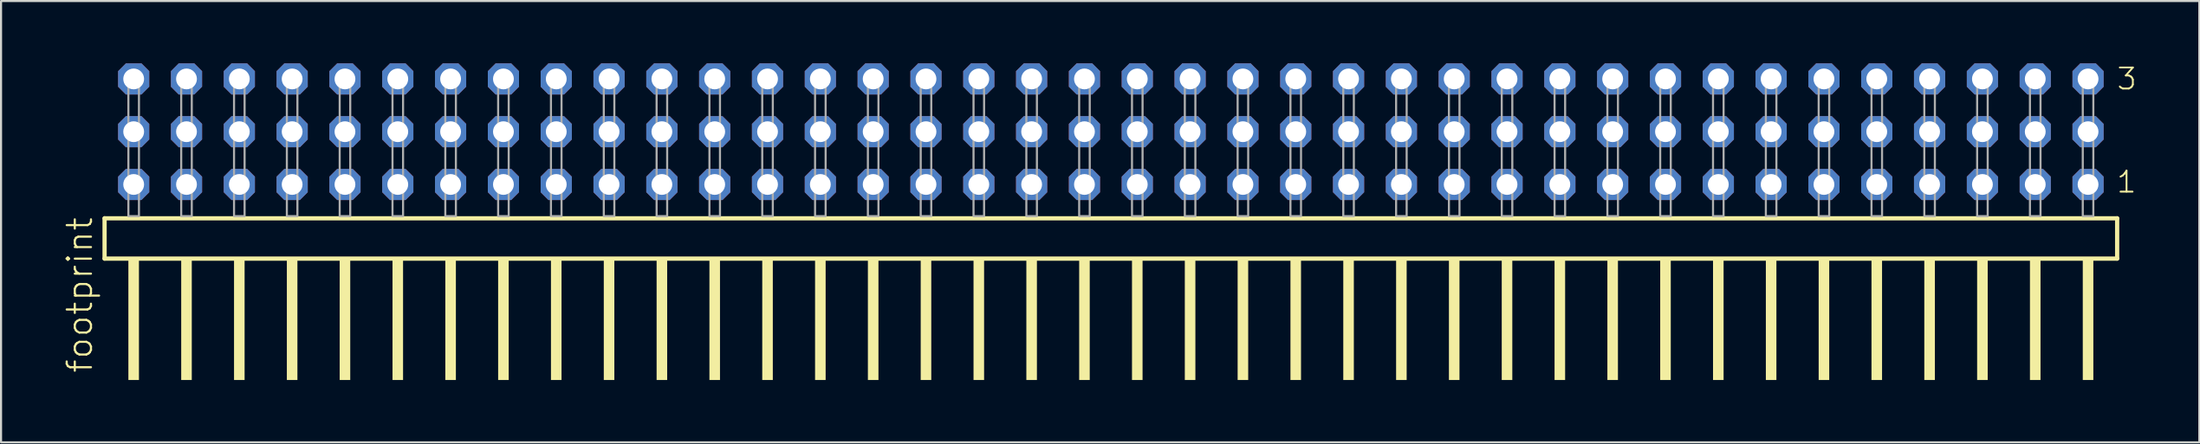
<source format=kicad_pcb>
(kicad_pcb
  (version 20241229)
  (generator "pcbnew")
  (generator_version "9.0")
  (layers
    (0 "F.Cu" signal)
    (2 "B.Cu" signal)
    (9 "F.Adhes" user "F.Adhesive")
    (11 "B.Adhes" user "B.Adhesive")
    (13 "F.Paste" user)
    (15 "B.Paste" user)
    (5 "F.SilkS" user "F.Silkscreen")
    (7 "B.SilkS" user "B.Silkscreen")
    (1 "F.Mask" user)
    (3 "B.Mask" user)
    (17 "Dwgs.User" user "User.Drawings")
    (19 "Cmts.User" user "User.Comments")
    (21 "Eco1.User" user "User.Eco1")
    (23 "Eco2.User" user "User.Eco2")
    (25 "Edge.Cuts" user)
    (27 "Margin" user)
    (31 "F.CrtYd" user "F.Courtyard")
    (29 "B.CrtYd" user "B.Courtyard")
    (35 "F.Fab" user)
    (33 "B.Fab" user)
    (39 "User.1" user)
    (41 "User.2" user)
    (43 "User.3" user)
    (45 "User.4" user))
  (footprint "footprint"
    (layer "F.Cu")
    (at 50.368 7.354)
    (property "Reference" "footprint" (at -48.895 7.62 90) (layer "F.SilkS") (effects (font (size 1.168 1.168) (thickness 0.102)) (justify left bottom)))
    (fp_line (start -48.389 0.106) (end -48.389 2.046) (stroke (width 0.203) (type solid)) (layer "F.SilkS"))
    (fp_line (start -48.389 2.046) (end 48.389 2.046) (stroke (width 0.203) (type solid)) (layer "F.SilkS"))
    (fp_line (start 48.389 0.106) (end -48.389 0.106) (stroke (width 0.203) (type solid)) (layer "F.SilkS"))
    (fp_line (start 48.389 2.046) (end 48.389 0.106) (stroke (width 0.203) (type solid)) (layer "F.SilkS"))
    (fp_poly (pts (xy -47.244 7.89) (xy -46.736 7.89) (xy -46.736 2.04) (xy -47.244 2.04)) (stroke (width 0) (type solid)) (fill yes) (layer "F.SilkS"))
    (fp_poly (pts (xy -44.704 7.89) (xy -44.196 7.89) (xy -44.196 2.04) (xy -44.704 2.04)) (stroke (width 0) (type solid)) (fill yes) (layer "F.SilkS"))
    (fp_poly (pts (xy -42.164 7.89) (xy -41.656 7.89) (xy -41.656 2.04) (xy -42.164 2.04)) (stroke (width 0) (type solid)) (fill yes) (layer "F.SilkS"))
    (fp_poly (pts (xy -39.624 7.89) (xy -39.116 7.89) (xy -39.116 2.04) (xy -39.624 2.04)) (stroke (width 0) (type solid)) (fill yes) (layer "F.SilkS"))
    (fp_poly (pts (xy -37.084 7.89) (xy -36.576 7.89) (xy -36.576 2.04) (xy -37.084 2.04)) (stroke (width 0) (type solid)) (fill yes) (layer "F.SilkS"))
    (fp_poly (pts (xy -34.544 7.89) (xy -34.036 7.89) (xy -34.036 2.04) (xy -34.544 2.04)) (stroke (width 0) (type solid)) (fill yes) (layer "F.SilkS"))
    (fp_poly (pts (xy -32.004 7.89) (xy -31.496 7.89) (xy -31.496 2.04) (xy -32.004 2.04)) (stroke (width 0) (type solid)) (fill yes) (layer "F.SilkS"))
    (fp_poly (pts (xy -29.464 7.89) (xy -28.956 7.89) (xy -28.956 2.04) (xy -29.464 2.04)) (stroke (width 0) (type solid)) (fill yes) (layer "F.SilkS"))
    (fp_poly (pts (xy -26.924 7.89) (xy -26.416 7.89) (xy -26.416 2.04) (xy -26.924 2.04)) (stroke (width 0) (type solid)) (fill yes) (layer "F.SilkS"))
    (fp_poly (pts (xy -24.384 7.89) (xy -23.876 7.89) (xy -23.876 2.04) (xy -24.384 2.04)) (stroke (width 0) (type solid)) (fill yes) (layer "F.SilkS"))
    (fp_poly (pts (xy -21.844 7.89) (xy -21.336 7.89) (xy -21.336 2.04) (xy -21.844 2.04)) (stroke (width 0) (type solid)) (fill yes) (layer "F.SilkS"))
    (fp_poly (pts (xy -19.304 7.89) (xy -18.796 7.89) (xy -18.796 2.04) (xy -19.304 2.04)) (stroke (width 0) (type solid)) (fill yes) (layer "F.SilkS"))
    (fp_poly (pts (xy -16.764 7.89) (xy -16.256 7.89) (xy -16.256 2.04) (xy -16.764 2.04)) (stroke (width 0) (type solid)) (fill yes) (layer "F.SilkS"))
    (fp_poly (pts (xy -14.224 7.89) (xy -13.716 7.89) (xy -13.716 2.04) (xy -14.224 2.04)) (stroke (width 0) (type solid)) (fill yes) (layer "F.SilkS"))
    (fp_poly (pts (xy -11.684 7.89) (xy -11.176 7.89) (xy -11.176 2.04) (xy -11.684 2.04)) (stroke (width 0) (type solid)) (fill yes) (layer "F.SilkS"))
    (fp_poly (pts (xy -9.144 7.89) (xy -8.636 7.89) (xy -8.636 2.04) (xy -9.144 2.04)) (stroke (width 0) (type solid)) (fill yes) (layer "F.SilkS"))
    (fp_poly (pts (xy -6.604 7.89) (xy -6.096 7.89) (xy -6.096 2.04) (xy -6.604 2.04)) (stroke (width 0) (type solid)) (fill yes) (layer "F.SilkS"))
    (fp_poly (pts (xy -4.064 7.89) (xy -3.556 7.89) (xy -3.556 2.04) (xy -4.064 2.04)) (stroke (width 0) (type solid)) (fill yes) (layer "F.SilkS"))
    (fp_poly (pts (xy -1.524 7.89) (xy -1.016 7.89) (xy -1.016 2.04) (xy -1.524 2.04)) (stroke (width 0) (type solid)) (fill yes) (layer "F.SilkS"))
    (fp_poly (pts (xy 1.016 7.89) (xy 1.524 7.89) (xy 1.524 2.04) (xy 1.016 2.04)) (stroke (width 0) (type solid)) (fill yes) (layer "F.SilkS"))
    (fp_poly (pts (xy 3.556 7.89) (xy 4.064 7.89) (xy 4.064 2.04) (xy 3.556 2.04)) (stroke (width 0) (type solid)) (fill yes) (layer "F.SilkS"))
    (fp_poly (pts (xy 6.096 7.89) (xy 6.604 7.89) (xy 6.604 2.04) (xy 6.096 2.04)) (stroke (width 0) (type solid)) (fill yes) (layer "F.SilkS"))
    (fp_poly (pts (xy 8.636 7.89) (xy 9.144 7.89) (xy 9.144 2.04) (xy 8.636 2.04)) (stroke (width 0) (type solid)) (fill yes) (layer "F.SilkS"))
    (fp_poly (pts (xy 11.176 7.89) (xy 11.684 7.89) (xy 11.684 2.04) (xy 11.176 2.04)) (stroke (width 0) (type solid)) (fill yes) (layer "F.SilkS"))
    (fp_poly (pts (xy 13.716 7.89) (xy 14.224 7.89) (xy 14.224 2.04) (xy 13.716 2.04)) (stroke (width 0) (type solid)) (fill yes) (layer "F.SilkS"))
    (fp_poly (pts (xy 16.256 7.89) (xy 16.764 7.89) (xy 16.764 2.04) (xy 16.256 2.04)) (stroke (width 0) (type solid)) (fill yes) (layer "F.SilkS"))
    (fp_poly (pts (xy 18.796 7.89) (xy 19.304 7.89) (xy 19.304 2.04) (xy 18.796 2.04)) (stroke (width 0) (type solid)) (fill yes) (layer "F.SilkS"))
    (fp_poly (pts (xy 21.336 7.89) (xy 21.844 7.89) (xy 21.844 2.04) (xy 21.336 2.04)) (stroke (width 0) (type solid)) (fill yes) (layer "F.SilkS"))
    (fp_poly (pts (xy 23.876 7.89) (xy 24.384 7.89) (xy 24.384 2.04) (xy 23.876 2.04)) (stroke (width 0) (type solid)) (fill yes) (layer "F.SilkS"))
    (fp_poly (pts (xy 26.416 7.89) (xy 26.924 7.89) (xy 26.924 2.04) (xy 26.416 2.04)) (stroke (width 0) (type solid)) (fill yes) (layer "F.SilkS"))
    (fp_poly (pts (xy 28.956 7.89) (xy 29.464 7.89) (xy 29.464 2.04) (xy 28.956 2.04)) (stroke (width 0) (type solid)) (fill yes) (layer "F.SilkS"))
    (fp_poly (pts (xy 31.496 7.89) (xy 32.004 7.89) (xy 32.004 2.04) (xy 31.496 2.04)) (stroke (width 0) (type solid)) (fill yes) (layer "F.SilkS"))
    (fp_poly (pts (xy 34.036 7.89) (xy 34.544 7.89) (xy 34.544 2.04) (xy 34.036 2.04)) (stroke (width 0) (type solid)) (fill yes) (layer "F.SilkS"))
    (fp_poly (pts (xy 36.576 7.89) (xy 37.084 7.89) (xy 37.084 2.04) (xy 36.576 2.04)) (stroke (width 0) (type solid)) (fill yes) (layer "F.SilkS"))
    (fp_poly (pts (xy 39.116 7.89) (xy 39.624 7.89) (xy 39.624 2.04) (xy 39.116 2.04)) (stroke (width 0) (type solid)) (fill yes) (layer "F.SilkS"))
    (fp_poly (pts (xy 41.656 7.89) (xy 42.164 7.89) (xy 42.164 2.04) (xy 41.656 2.04)) (stroke (width 0) (type solid)) (fill yes) (layer "F.SilkS"))
    (fp_poly (pts (xy 44.196 7.89) (xy 44.704 7.89) (xy 44.704 2.04) (xy 44.196 2.04)) (stroke (width 0) (type solid)) (fill yes) (layer "F.SilkS"))
    (fp_poly (pts (xy 46.736 7.89) (xy 47.244 7.89) (xy 47.244 2.04) (xy 46.736 2.04)) (stroke (width 0) (type solid)) (fill yes) (layer "F.SilkS"))
    (fp_poly (pts (xy -47.244 0) (xy -46.736 0) (xy -46.736 -6.858) (xy -47.244 -6.858)) (stroke (width 0.1) (type solid)) (fill no) (layer "F.Fab"))
    (fp_poly (pts (xy -44.704 0) (xy -44.196 0) (xy -44.196 -6.858) (xy -44.704 -6.858)) (stroke (width 0.1) (type solid)) (fill no) (layer "F.Fab"))
    (fp_poly (pts (xy -42.164 0) (xy -41.656 0) (xy -41.656 -6.858) (xy -42.164 -6.858)) (stroke (width 0.1) (type solid)) (fill no) (layer "F.Fab"))
    (fp_poly (pts (xy -39.624 0) (xy -39.116 0) (xy -39.116 -6.858) (xy -39.624 -6.858)) (stroke (width 0.1) (type solid)) (fill no) (layer "F.Fab"))
    (fp_poly (pts (xy -37.084 0) (xy -36.576 0) (xy -36.576 -6.858) (xy -37.084 -6.858)) (stroke (width 0.1) (type solid)) (fill no) (layer "F.Fab"))
    (fp_poly (pts (xy -34.544 0) (xy -34.036 0) (xy -34.036 -6.858) (xy -34.544 -6.858)) (stroke (width 0.1) (type solid)) (fill no) (layer "F.Fab"))
    (fp_poly (pts (xy -32.004 0) (xy -31.496 0) (xy -31.496 -6.858) (xy -32.004 -6.858)) (stroke (width 0.1) (type solid)) (fill no) (layer "F.Fab"))
    (fp_poly (pts (xy -29.464 0) (xy -28.956 0) (xy -28.956 -6.858) (xy -29.464 -6.858)) (stroke (width 0.1) (type solid)) (fill no) (layer "F.Fab"))
    (fp_poly (pts (xy -26.924 0) (xy -26.416 0) (xy -26.416 -6.858) (xy -26.924 -6.858)) (stroke (width 0.1) (type solid)) (fill no) (layer "F.Fab"))
    (fp_poly (pts (xy -24.384 0) (xy -23.876 0) (xy -23.876 -6.858) (xy -24.384 -6.858)) (stroke (width 0.1) (type solid)) (fill no) (layer "F.Fab"))
    (fp_poly (pts (xy -21.844 0) (xy -21.336 0) (xy -21.336 -6.858) (xy -21.844 -6.858)) (stroke (width 0.1) (type solid)) (fill no) (layer "F.Fab"))
    (fp_poly (pts (xy -19.304 0) (xy -18.796 0) (xy -18.796 -6.858) (xy -19.304 -6.858)) (stroke (width 0.1) (type solid)) (fill no) (layer "F.Fab"))
    (fp_poly (pts (xy -16.764 0) (xy -16.256 0) (xy -16.256 -6.858) (xy -16.764 -6.858)) (stroke (width 0.1) (type solid)) (fill no) (layer "F.Fab"))
    (fp_poly (pts (xy -14.224 0) (xy -13.716 0) (xy -13.716 -6.858) (xy -14.224 -6.858)) (stroke (width 0.1) (type solid)) (fill no) (layer "F.Fab"))
    (fp_poly (pts (xy -11.684 0) (xy -11.176 0) (xy -11.176 -6.858) (xy -11.684 -6.858)) (stroke (width 0.1) (type solid)) (fill no) (layer "F.Fab"))
    (fp_poly (pts (xy -9.144 0) (xy -8.636 0) (xy -8.636 -6.858) (xy -9.144 -6.858)) (stroke (width 0.1) (type solid)) (fill no) (layer "F.Fab"))
    (fp_poly (pts (xy -6.604 0) (xy -6.096 0) (xy -6.096 -6.858) (xy -6.604 -6.858)) (stroke (width 0.1) (type solid)) (fill no) (layer "F.Fab"))
    (fp_poly (pts (xy -4.064 0) (xy -3.556 0) (xy -3.556 -6.858) (xy -4.064 -6.858)) (stroke (width 0.1) (type solid)) (fill no) (layer "F.Fab"))
    (fp_poly (pts (xy -1.524 0) (xy -1.016 0) (xy -1.016 -6.858) (xy -1.524 -6.858)) (stroke (width 0.1) (type solid)) (fill no) (layer "F.Fab"))
    (fp_poly (pts (xy 1.016 0) (xy 1.524 0) (xy 1.524 -6.858) (xy 1.016 -6.858)) (stroke (width 0.1) (type solid)) (fill no) (layer "F.Fab"))
    (fp_poly (pts (xy 3.556 0) (xy 4.064 0) (xy 4.064 -6.858) (xy 3.556 -6.858)) (stroke (width 0.1) (type solid)) (fill no) (layer "F.Fab"))
    (fp_poly (pts (xy 6.096 0) (xy 6.604 0) (xy 6.604 -6.858) (xy 6.096 -6.858)) (stroke (width 0.1) (type solid)) (fill no) (layer "F.Fab"))
    (fp_poly (pts (xy 8.636 0) (xy 9.144 0) (xy 9.144 -6.858) (xy 8.636 -6.858)) (stroke (width 0.1) (type solid)) (fill no) (layer "F.Fab"))
    (fp_poly (pts (xy 11.176 0) (xy 11.684 0) (xy 11.684 -6.858) (xy 11.176 -6.858)) (stroke (width 0.1) (type solid)) (fill no) (layer "F.Fab"))
    (fp_poly (pts (xy 13.716 0) (xy 14.224 0) (xy 14.224 -6.858) (xy 13.716 -6.858)) (stroke (width 0.1) (type solid)) (fill no) (layer "F.Fab"))
    (fp_poly (pts (xy 16.256 0) (xy 16.764 0) (xy 16.764 -6.858) (xy 16.256 -6.858)) (stroke (width 0.1) (type solid)) (fill no) (layer "F.Fab"))
    (fp_poly (pts (xy 18.796 0) (xy 19.304 0) (xy 19.304 -6.858) (xy 18.796 -6.858)) (stroke (width 0.1) (type solid)) (fill no) (layer "F.Fab"))
    (fp_poly (pts (xy 21.336 0) (xy 21.844 0) (xy 21.844 -6.858) (xy 21.336 -6.858)) (stroke (width 0.1) (type solid)) (fill no) (layer "F.Fab"))
    (fp_poly (pts (xy 23.876 0) (xy 24.384 0) (xy 24.384 -6.858) (xy 23.876 -6.858)) (stroke (width 0.1) (type solid)) (fill no) (layer "F.Fab"))
    (fp_poly (pts (xy 26.416 0) (xy 26.924 0) (xy 26.924 -6.858) (xy 26.416 -6.858)) (stroke (width 0.1) (type solid)) (fill no) (layer "F.Fab"))
    (fp_poly (pts (xy 28.956 0) (xy 29.464 0) (xy 29.464 -6.858) (xy 28.956 -6.858)) (stroke (width 0.1) (type solid)) (fill no) (layer "F.Fab"))
    (fp_poly (pts (xy 31.496 0) (xy 32.004 0) (xy 32.004 -6.858) (xy 31.496 -6.858)) (stroke (width 0.1) (type solid)) (fill no) (layer "F.Fab"))
    (fp_poly (pts (xy 34.036 0) (xy 34.544 0) (xy 34.544 -6.858) (xy 34.036 -6.858)) (stroke (width 0.1) (type solid)) (fill no) (layer "F.Fab"))
    (fp_poly (pts (xy 36.576 0) (xy 37.084 0) (xy 37.084 -6.858) (xy 36.576 -6.858)) (stroke (width 0.1) (type solid)) (fill no) (layer "F.Fab"))
    (fp_poly (pts (xy 39.116 0) (xy 39.624 0) (xy 39.624 -6.858) (xy 39.116 -6.858)) (stroke (width 0.1) (type solid)) (fill no) (layer "F.Fab"))
    (fp_poly (pts (xy 41.656 0) (xy 42.164 0) (xy 42.164 -6.858) (xy 41.656 -6.858)) (stroke (width 0.1) (type solid)) (fill no) (layer "F.Fab"))
    (fp_poly (pts (xy 44.196 0) (xy 44.704 0) (xy 44.704 -6.858) (xy 44.196 -6.858)) (stroke (width 0.1) (type solid)) (fill no) (layer "F.Fab"))
    (fp_poly (pts (xy 46.736 0) (xy 47.244 0) (xy 47.244 -6.858) (xy 46.736 -6.858)) (stroke (width 0.1) (type solid)) (fill no) (layer "F.Fab"))
    (fp_text user "3" (at 48.315 -6.015 0) (layer "F.SilkS") (effects (font (size 1.012 1.012) (thickness 0.088)) (justify left bottom)))
    (fp_text user "1" (at 48.3 -1.05 0) (layer "F.SilkS") (effects (font (size 1.012 1.012) (thickness 0.088)) (justify left bottom)))
    (pad "1" thru_hole roundrect (at 46.99 -1.524 180) (size 1.5 1.5) (drill 1) (layers "*.Cu" "*.Mask") (roundrect_rratio 0.25) (chamfer_ratio 0.25) (chamfer top_left top_right bottom_left bottom_right))
    (pad "2" thru_hole roundrect (at 46.99 -4.064 180) (size 1.5 1.5) (drill 1) (layers "*.Cu" "*.Mask") (roundrect_rratio 0.25) (chamfer_ratio 0.25) (chamfer top_left top_right bottom_left bottom_right))
    (pad "3" thru_hole roundrect (at 46.99 -6.604 180) (size 1.5 1.5) (drill 1) (layers "*.Cu" "*.Mask") (roundrect_rratio 0.25) (chamfer_ratio 0.25) (chamfer top_left top_right bottom_left bottom_right))
    (pad "4" thru_hole roundrect (at 44.45 -1.524 180) (size 1.5 1.5) (drill 1) (layers "*.Cu" "*.Mask") (roundrect_rratio 0.25) (chamfer_ratio 0.25) (chamfer top_left top_right bottom_left bottom_right))
    (pad "5" thru_hole roundrect (at 44.45 -4.064 180) (size 1.5 1.5) (drill 1) (layers "*.Cu" "*.Mask") (roundrect_rratio 0.25) (chamfer_ratio 0.25) (chamfer top_left top_right bottom_left bottom_right))
    (pad "6" thru_hole roundrect (at 44.45 -6.604 180) (size 1.5 1.5) (drill 1) (layers "*.Cu" "*.Mask") (roundrect_rratio 0.25) (chamfer_ratio 0.25) (chamfer top_left top_right bottom_left bottom_right))
    (pad "7" thru_hole roundrect (at 41.91 -1.524 180) (size 1.5 1.5) (drill 1) (layers "*.Cu" "*.Mask") (roundrect_rratio 0.25) (chamfer_ratio 0.25) (chamfer top_left top_right bottom_left bottom_right))
    (pad "8" thru_hole roundrect (at 41.91 -4.064 180) (size 1.5 1.5) (drill 1) (layers "*.Cu" "*.Mask") (roundrect_rratio 0.25) (chamfer_ratio 0.25) (chamfer top_left top_right bottom_left bottom_right))
    (pad "9" thru_hole roundrect (at 41.91 -6.604 180) (size 1.5 1.5) (drill 1) (layers "*.Cu" "*.Mask") (roundrect_rratio 0.25) (chamfer_ratio 0.25) (chamfer top_left top_right bottom_left bottom_right))
    (pad "10" thru_hole roundrect (at 39.37 -1.524 180) (size 1.5 1.5) (drill 1) (layers "*.Cu" "*.Mask") (roundrect_rratio 0.25) (chamfer_ratio 0.25) (chamfer top_left top_right bottom_left bottom_right))
    (pad "11" thru_hole roundrect (at 39.37 -4.064 180) (size 1.5 1.5) (drill 1) (layers "*.Cu" "*.Mask") (roundrect_rratio 0.25) (chamfer_ratio 0.25) (chamfer top_left top_right bottom_left bottom_right))
    (pad "12" thru_hole roundrect (at 39.37 -6.604 180) (size 1.5 1.5) (drill 1) (layers "*.Cu" "*.Mask") (roundrect_rratio 0.25) (chamfer_ratio 0.25) (chamfer top_left top_right bottom_left bottom_right))
    (pad "13" thru_hole roundrect (at 36.83 -1.524 180) (size 1.5 1.5) (drill 1) (layers "*.Cu" "*.Mask") (roundrect_rratio 0.25) (chamfer_ratio 0.25) (chamfer top_left top_right bottom_left bottom_right))
    (pad "14" thru_hole roundrect (at 36.83 -4.064 180) (size 1.5 1.5) (drill 1) (layers "*.Cu" "*.Mask") (roundrect_rratio 0.25) (chamfer_ratio 0.25) (chamfer top_left top_right bottom_left bottom_right))
    (pad "15" thru_hole roundrect (at 36.83 -6.604 180) (size 1.5 1.5) (drill 1) (layers "*.Cu" "*.Mask") (roundrect_rratio 0.25) (chamfer_ratio 0.25) (chamfer top_left top_right bottom_left bottom_right))
    (pad "16" thru_hole roundrect (at 34.29 -1.524 180) (size 1.5 1.5) (drill 1) (layers "*.Cu" "*.Mask") (roundrect_rratio 0.25) (chamfer_ratio 0.25) (chamfer top_left top_right bottom_left bottom_right))
    (pad "17" thru_hole roundrect (at 34.29 -4.064 180) (size 1.5 1.5) (drill 1) (layers "*.Cu" "*.Mask") (roundrect_rratio 0.25) (chamfer_ratio 0.25) (chamfer top_left top_right bottom_left bottom_right))
    (pad "18" thru_hole roundrect (at 34.29 -6.604 180) (size 1.5 1.5) (drill 1) (layers "*.Cu" "*.Mask") (roundrect_rratio 0.25) (chamfer_ratio 0.25) (chamfer top_left top_right bottom_left bottom_right))
    (pad "19" thru_hole roundrect (at 31.75 -1.524 180) (size 1.5 1.5) (drill 1) (layers "*.Cu" "*.Mask") (roundrect_rratio 0.25) (chamfer_ratio 0.25) (chamfer top_left top_right bottom_left bottom_right))
    (pad "20" thru_hole roundrect (at 31.75 -4.064 180) (size 1.5 1.5) (drill 1) (layers "*.Cu" "*.Mask") (roundrect_rratio 0.25) (chamfer_ratio 0.25) (chamfer top_left top_right bottom_left bottom_right))
    (pad "21" thru_hole roundrect (at 31.75 -6.604 180) (size 1.5 1.5) (drill 1) (layers "*.Cu" "*.Mask") (roundrect_rratio 0.25) (chamfer_ratio 0.25) (chamfer top_left top_right bottom_left bottom_right))
    (pad "22" thru_hole roundrect (at 29.21 -1.524 180) (size 1.5 1.5) (drill 1) (layers "*.Cu" "*.Mask") (roundrect_rratio 0.25) (chamfer_ratio 0.25) (chamfer top_left top_right bottom_left bottom_right))
    (pad "23" thru_hole roundrect (at 29.21 -4.064 180) (size 1.5 1.5) (drill 1) (layers "*.Cu" "*.Mask") (roundrect_rratio 0.25) (chamfer_ratio 0.25) (chamfer top_left top_right bottom_left bottom_right))
    (pad "24" thru_hole roundrect (at 29.21 -6.604 180) (size 1.5 1.5) (drill 1) (layers "*.Cu" "*.Mask") (roundrect_rratio 0.25) (chamfer_ratio 0.25) (chamfer top_left top_right bottom_left bottom_right))
    (pad "25" thru_hole roundrect (at 26.67 -1.524 180) (size 1.5 1.5) (drill 1) (layers "*.Cu" "*.Mask") (roundrect_rratio 0.25) (chamfer_ratio 0.25) (chamfer top_left top_right bottom_left bottom_right))
    (pad "26" thru_hole roundrect (at 26.67 -4.064 180) (size 1.5 1.5) (drill 1) (layers "*.Cu" "*.Mask") (roundrect_rratio 0.25) (chamfer_ratio 0.25) (chamfer top_left top_right bottom_left bottom_right))
    (pad "27" thru_hole roundrect (at 26.67 -6.604 180) (size 1.5 1.5) (drill 1) (layers "*.Cu" "*.Mask") (roundrect_rratio 0.25) (chamfer_ratio 0.25) (chamfer top_left top_right bottom_left bottom_right))
    (pad "28" thru_hole roundrect (at 24.13 -1.524 180) (size 1.5 1.5) (drill 1) (layers "*.Cu" "*.Mask") (roundrect_rratio 0.25) (chamfer_ratio 0.25) (chamfer top_left top_right bottom_left bottom_right))
    (pad "29" thru_hole roundrect (at 24.13 -4.064 180) (size 1.5 1.5) (drill 1) (layers "*.Cu" "*.Mask") (roundrect_rratio 0.25) (chamfer_ratio 0.25) (chamfer top_left top_right bottom_left bottom_right))
    (pad "30" thru_hole roundrect (at 24.13 -6.604 180) (size 1.5 1.5) (drill 1) (layers "*.Cu" "*.Mask") (roundrect_rratio 0.25) (chamfer_ratio 0.25) (chamfer top_left top_right bottom_left bottom_right))
    (pad "31" thru_hole roundrect (at 21.59 -1.524 180) (size 1.5 1.5) (drill 1) (layers "*.Cu" "*.Mask") (roundrect_rratio 0.25) (chamfer_ratio 0.25) (chamfer top_left top_right bottom_left bottom_right))
    (pad "32" thru_hole roundrect (at 21.59 -4.064 180) (size 1.5 1.5) (drill 1) (layers "*.Cu" "*.Mask") (roundrect_rratio 0.25) (chamfer_ratio 0.25) (chamfer top_left top_right bottom_left bottom_right))
    (pad "33" thru_hole roundrect (at 21.59 -6.604 180) (size 1.5 1.5) (drill 1) (layers "*.Cu" "*.Mask") (roundrect_rratio 0.25) (chamfer_ratio 0.25) (chamfer top_left top_right bottom_left bottom_right))
    (pad "34" thru_hole roundrect (at 19.05 -1.524 180) (size 1.5 1.5) (drill 1) (layers "*.Cu" "*.Mask") (roundrect_rratio 0.25) (chamfer_ratio 0.25) (chamfer top_left top_right bottom_left bottom_right))
    (pad "35" thru_hole roundrect (at 19.05 -4.064 180) (size 1.5 1.5) (drill 1) (layers "*.Cu" "*.Mask") (roundrect_rratio 0.25) (chamfer_ratio 0.25) (chamfer top_left top_right bottom_left bottom_right))
    (pad "36" thru_hole roundrect (at 19.05 -6.604 180) (size 1.5 1.5) (drill 1) (layers "*.Cu" "*.Mask") (roundrect_rratio 0.25) (chamfer_ratio 0.25) (chamfer top_left top_right bottom_left bottom_right))
    (pad "37" thru_hole roundrect (at 16.51 -1.524 180) (size 1.5 1.5) (drill 1) (layers "*.Cu" "*.Mask") (roundrect_rratio 0.25) (chamfer_ratio 0.25) (chamfer top_left top_right bottom_left bottom_right))
    (pad "38" thru_hole roundrect (at 16.51 -4.064 180) (size 1.5 1.5) (drill 1) (layers "*.Cu" "*.Mask") (roundrect_rratio 0.25) (chamfer_ratio 0.25) (chamfer top_left top_right bottom_left bottom_right))
    (pad "39" thru_hole roundrect (at 16.51 -6.604 180) (size 1.5 1.5) (drill 1) (layers "*.Cu" "*.Mask") (roundrect_rratio 0.25) (chamfer_ratio 0.25) (chamfer top_left top_right bottom_left bottom_right))
    (pad "40" thru_hole roundrect (at 13.97 -1.524 180) (size 1.5 1.5) (drill 1) (layers "*.Cu" "*.Mask") (roundrect_rratio 0.25) (chamfer_ratio 0.25) (chamfer top_left top_right bottom_left bottom_right))
    (pad "41" thru_hole roundrect (at 13.97 -4.064 180) (size 1.5 1.5) (drill 1) (layers "*.Cu" "*.Mask") (roundrect_rratio 0.25) (chamfer_ratio 0.25) (chamfer top_left top_right bottom_left bottom_right))
    (pad "42" thru_hole roundrect (at 13.97 -6.604 180) (size 1.5 1.5) (drill 1) (layers "*.Cu" "*.Mask") (roundrect_rratio 0.25) (chamfer_ratio 0.25) (chamfer top_left top_right bottom_left bottom_right))
    (pad "43" thru_hole roundrect (at 11.43 -1.524 180) (size 1.5 1.5) (drill 1) (layers "*.Cu" "*.Mask") (roundrect_rratio 0.25) (chamfer_ratio 0.25) (chamfer top_left top_right bottom_left bottom_right))
    (pad "44" thru_hole roundrect (at 11.43 -4.064 180) (size 1.5 1.5) (drill 1) (layers "*.Cu" "*.Mask") (roundrect_rratio 0.25) (chamfer_ratio 0.25) (chamfer top_left top_right bottom_left bottom_right))
    (pad "45" thru_hole roundrect (at 11.43 -6.604 180) (size 1.5 1.5) (drill 1) (layers "*.Cu" "*.Mask") (roundrect_rratio 0.25) (chamfer_ratio 0.25) (chamfer top_left top_right bottom_left bottom_right))
    (pad "46" thru_hole roundrect (at 8.89 -1.524 180) (size 1.5 1.5) (drill 1) (layers "*.Cu" "*.Mask") (roundrect_rratio 0.25) (chamfer_ratio 0.25) (chamfer top_left top_right bottom_left bottom_right))
    (pad "47" thru_hole roundrect (at 8.89 -4.064 180) (size 1.5 1.5) (drill 1) (layers "*.Cu" "*.Mask") (roundrect_rratio 0.25) (chamfer_ratio 0.25) (chamfer top_left top_right bottom_left bottom_right))
    (pad "48" thru_hole roundrect (at 8.89 -6.604 180) (size 1.5 1.5) (drill 1) (layers "*.Cu" "*.Mask") (roundrect_rratio 0.25) (chamfer_ratio 0.25) (chamfer top_left top_right bottom_left bottom_right))
    (pad "49" thru_hole roundrect (at 6.35 -1.524 180) (size 1.5 1.5) (drill 1) (layers "*.Cu" "*.Mask") (roundrect_rratio 0.25) (chamfer_ratio 0.25) (chamfer top_left top_right bottom_left bottom_right))
    (pad "50" thru_hole roundrect (at 6.35 -4.064 180) (size 1.5 1.5) (drill 1) (layers "*.Cu" "*.Mask") (roundrect_rratio 0.25) (chamfer_ratio 0.25) (chamfer top_left top_right bottom_left bottom_right))
    (pad "51" thru_hole roundrect (at 6.35 -6.604 180) (size 1.5 1.5) (drill 1) (layers "*.Cu" "*.Mask") (roundrect_rratio 0.25) (chamfer_ratio 0.25) (chamfer top_left top_right bottom_left bottom_right))
    (pad "52" thru_hole roundrect (at 3.81 -1.524 180) (size 1.5 1.5) (drill 1) (layers "*.Cu" "*.Mask") (roundrect_rratio 0.25) (chamfer_ratio 0.25) (chamfer top_left top_right bottom_left bottom_right))
    (pad "53" thru_hole roundrect (at 3.81 -4.064 180) (size 1.5 1.5) (drill 1) (layers "*.Cu" "*.Mask") (roundrect_rratio 0.25) (chamfer_ratio 0.25) (chamfer top_left top_right bottom_left bottom_right))
    (pad "54" thru_hole roundrect (at 3.81 -6.604 180) (size 1.5 1.5) (drill 1) (layers "*.Cu" "*.Mask") (roundrect_rratio 0.25) (chamfer_ratio 0.25) (chamfer top_left top_right bottom_left bottom_right))
    (pad "55" thru_hole roundrect (at 1.27 -1.524 180) (size 1.5 1.5) (drill 1) (layers "*.Cu" "*.Mask") (roundrect_rratio 0.25) (chamfer_ratio 0.25) (chamfer top_left top_right bottom_left bottom_right))
    (pad "56" thru_hole roundrect (at 1.27 -4.064 180) (size 1.5 1.5) (drill 1) (layers "*.Cu" "*.Mask") (roundrect_rratio 0.25) (chamfer_ratio 0.25) (chamfer top_left top_right bottom_left bottom_right))
    (pad "57" thru_hole roundrect (at 1.27 -6.604 180) (size 1.5 1.5) (drill 1) (layers "*.Cu" "*.Mask") (roundrect_rratio 0.25) (chamfer_ratio 0.25) (chamfer top_left top_right bottom_left bottom_right))
    (pad "58" thru_hole roundrect (at -1.27 -1.524 180) (size 1.5 1.5) (drill 1) (layers "*.Cu" "*.Mask") (roundrect_rratio 0.25) (chamfer_ratio 0.25) (chamfer top_left top_right bottom_left bottom_right))
    (pad "59" thru_hole roundrect (at -1.27 -4.064 180) (size 1.5 1.5) (drill 1) (layers "*.Cu" "*.Mask") (roundrect_rratio 0.25) (chamfer_ratio 0.25) (chamfer top_left top_right bottom_left bottom_right))
    (pad "60" thru_hole roundrect (at -1.27 -6.604 180) (size 1.5 1.5) (drill 1) (layers "*.Cu" "*.Mask") (roundrect_rratio 0.25) (chamfer_ratio 0.25) (chamfer top_left top_right bottom_left bottom_right))
    (pad "61" thru_hole roundrect (at -3.81 -1.524 180) (size 1.5 1.5) (drill 1) (layers "*.Cu" "*.Mask") (roundrect_rratio 0.25) (chamfer_ratio 0.25) (chamfer top_left top_right bottom_left bottom_right))
    (pad "62" thru_hole roundrect (at -3.81 -4.064 180) (size 1.5 1.5) (drill 1) (layers "*.Cu" "*.Mask") (roundrect_rratio 0.25) (chamfer_ratio 0.25) (chamfer top_left top_right bottom_left bottom_right))
    (pad "63" thru_hole roundrect (at -3.81 -6.604 180) (size 1.5 1.5) (drill 1) (layers "*.Cu" "*.Mask") (roundrect_rratio 0.25) (chamfer_ratio 0.25) (chamfer top_left top_right bottom_left bottom_right))
    (pad "64" thru_hole roundrect (at -6.35 -1.524 180) (size 1.5 1.5) (drill 1) (layers "*.Cu" "*.Mask") (roundrect_rratio 0.25) (chamfer_ratio 0.25) (chamfer top_left top_right bottom_left bottom_right))
    (pad "65" thru_hole roundrect (at -6.35 -4.064 180) (size 1.5 1.5) (drill 1) (layers "*.Cu" "*.Mask") (roundrect_rratio 0.25) (chamfer_ratio 0.25) (chamfer top_left top_right bottom_left bottom_right))
    (pad "66" thru_hole roundrect (at -6.35 -6.604 180) (size 1.5 1.5) (drill 1) (layers "*.Cu" "*.Mask") (roundrect_rratio 0.25) (chamfer_ratio 0.25) (chamfer top_left top_right bottom_left bottom_right))
    (pad "67" thru_hole roundrect (at -8.89 -1.524 180) (size 1.5 1.5) (drill 1) (layers "*.Cu" "*.Mask") (roundrect_rratio 0.25) (chamfer_ratio 0.25) (chamfer top_left top_right bottom_left bottom_right))
    (pad "68" thru_hole roundrect (at -8.89 -4.064 180) (size 1.5 1.5) (drill 1) (layers "*.Cu" "*.Mask") (roundrect_rratio 0.25) (chamfer_ratio 0.25) (chamfer top_left top_right bottom_left bottom_right))
    (pad "69" thru_hole roundrect (at -8.89 -6.604 180) (size 1.5 1.5) (drill 1) (layers "*.Cu" "*.Mask") (roundrect_rratio 0.25) (chamfer_ratio 0.25) (chamfer top_left top_right bottom_left bottom_right))
    (pad "70" thru_hole roundrect (at -11.43 -1.524 180) (size 1.5 1.5) (drill 1) (layers "*.Cu" "*.Mask") (roundrect_rratio 0.25) (chamfer_ratio 0.25) (chamfer top_left top_right bottom_left bottom_right))
    (pad "71" thru_hole roundrect (at -11.43 -4.064 180) (size 1.5 1.5) (drill 1) (layers "*.Cu" "*.Mask") (roundrect_rratio 0.25) (chamfer_ratio 0.25) (chamfer top_left top_right bottom_left bottom_right))
    (pad "72" thru_hole roundrect (at -11.43 -6.604 180) (size 1.5 1.5) (drill 1) (layers "*.Cu" "*.Mask") (roundrect_rratio 0.25) (chamfer_ratio 0.25) (chamfer top_left top_right bottom_left bottom_right))
    (pad "73" thru_hole roundrect (at -13.97 -1.524 180) (size 1.5 1.5) (drill 1) (layers "*.Cu" "*.Mask") (roundrect_rratio 0.25) (chamfer_ratio 0.25) (chamfer top_left top_right bottom_left bottom_right))
    (pad "74" thru_hole roundrect (at -13.97 -4.064 180) (size 1.5 1.5) (drill 1) (layers "*.Cu" "*.Mask") (roundrect_rratio 0.25) (chamfer_ratio 0.25) (chamfer top_left top_right bottom_left bottom_right))
    (pad "75" thru_hole roundrect (at -13.97 -6.604 180) (size 1.5 1.5) (drill 1) (layers "*.Cu" "*.Mask") (roundrect_rratio 0.25) (chamfer_ratio 0.25) (chamfer top_left top_right bottom_left bottom_right))
    (pad "76" thru_hole roundrect (at -16.51 -1.524 180) (size 1.5 1.5) (drill 1) (layers "*.Cu" "*.Mask") (roundrect_rratio 0.25) (chamfer_ratio 0.25) (chamfer top_left top_right bottom_left bottom_right))
    (pad "77" thru_hole roundrect (at -16.51 -4.064 180) (size 1.5 1.5) (drill 1) (layers "*.Cu" "*.Mask") (roundrect_rratio 0.25) (chamfer_ratio 0.25) (chamfer top_left top_right bottom_left bottom_right))
    (pad "78" thru_hole roundrect (at -16.51 -6.604 180) (size 1.5 1.5) (drill 1) (layers "*.Cu" "*.Mask") (roundrect_rratio 0.25) (chamfer_ratio 0.25) (chamfer top_left top_right bottom_left bottom_right))
    (pad "79" thru_hole roundrect (at -19.05 -1.524 180) (size 1.5 1.5) (drill 1) (layers "*.Cu" "*.Mask") (roundrect_rratio 0.25) (chamfer_ratio 0.25) (chamfer top_left top_right bottom_left bottom_right))
    (pad "80" thru_hole roundrect (at -19.05 -4.064 180) (size 1.5 1.5) (drill 1) (layers "*.Cu" "*.Mask") (roundrect_rratio 0.25) (chamfer_ratio 0.25) (chamfer top_left top_right bottom_left bottom_right))
    (pad "81" thru_hole roundrect (at -19.05 -6.604 180) (size 1.5 1.5) (drill 1) (layers "*.Cu" "*.Mask") (roundrect_rratio 0.25) (chamfer_ratio 0.25) (chamfer top_left top_right bottom_left bottom_right))
    (pad "82" thru_hole roundrect (at -21.59 -1.524 180) (size 1.5 1.5) (drill 1) (layers "*.Cu" "*.Mask") (roundrect_rratio 0.25) (chamfer_ratio 0.25) (chamfer top_left top_right bottom_left bottom_right))
    (pad "83" thru_hole roundrect (at -21.59 -4.064 180) (size 1.5 1.5) (drill 1) (layers "*.Cu" "*.Mask") (roundrect_rratio 0.25) (chamfer_ratio 0.25) (chamfer top_left top_right bottom_left bottom_right))
    (pad "84" thru_hole roundrect (at -21.59 -6.604 180) (size 1.5 1.5) (drill 1) (layers "*.Cu" "*.Mask") (roundrect_rratio 0.25) (chamfer_ratio 0.25) (chamfer top_left top_right bottom_left bottom_right))
    (pad "85" thru_hole roundrect (at -24.13 -1.524 180) (size 1.5 1.5) (drill 1) (layers "*.Cu" "*.Mask") (roundrect_rratio 0.25) (chamfer_ratio 0.25) (chamfer top_left top_right bottom_left bottom_right))
    (pad "86" thru_hole roundrect (at -24.13 -4.064 180) (size 1.5 1.5) (drill 1) (layers "*.Cu" "*.Mask") (roundrect_rratio 0.25) (chamfer_ratio 0.25) (chamfer top_left top_right bottom_left bottom_right))
    (pad "87" thru_hole roundrect (at -24.13 -6.604 180) (size 1.5 1.5) (drill 1) (layers "*.Cu" "*.Mask") (roundrect_rratio 0.25) (chamfer_ratio 0.25) (chamfer top_left top_right bottom_left bottom_right))
    (pad "88" thru_hole roundrect (at -26.67 -1.524 180) (size 1.5 1.5) (drill 1) (layers "*.Cu" "*.Mask") (roundrect_rratio 0.25) (chamfer_ratio 0.25) (chamfer top_left top_right bottom_left bottom_right))
    (pad "89" thru_hole roundrect (at -26.67 -4.064 180) (size 1.5 1.5) (drill 1) (layers "*.Cu" "*.Mask") (roundrect_rratio 0.25) (chamfer_ratio 0.25) (chamfer top_left top_right bottom_left bottom_right))
    (pad "90" thru_hole roundrect (at -26.67 -6.604 180) (size 1.5 1.5) (drill 1) (layers "*.Cu" "*.Mask") (roundrect_rratio 0.25) (chamfer_ratio 0.25) (chamfer top_left top_right bottom_left bottom_right))
    (pad "91" thru_hole roundrect (at -29.21 -1.524 180) (size 1.5 1.5) (drill 1) (layers "*.Cu" "*.Mask") (roundrect_rratio 0.25) (chamfer_ratio 0.25) (chamfer top_left top_right bottom_left bottom_right))
    (pad "92" thru_hole roundrect (at -29.21 -4.064 180) (size 1.5 1.5) (drill 1) (layers "*.Cu" "*.Mask") (roundrect_rratio 0.25) (chamfer_ratio 0.25) (chamfer top_left top_right bottom_left bottom_right))
    (pad "93" thru_hole roundrect (at -29.21 -6.604 180) (size 1.5 1.5) (drill 1) (layers "*.Cu" "*.Mask") (roundrect_rratio 0.25) (chamfer_ratio 0.25) (chamfer top_left top_right bottom_left bottom_right))
    (pad "94" thru_hole roundrect (at -31.75 -1.524 180) (size 1.5 1.5) (drill 1) (layers "*.Cu" "*.Mask") (roundrect_rratio 0.25) (chamfer_ratio 0.25) (chamfer top_left top_right bottom_left bottom_right))
    (pad "95" thru_hole roundrect (at -31.75 -4.064 180) (size 1.5 1.5) (drill 1) (layers "*.Cu" "*.Mask") (roundrect_rratio 0.25) (chamfer_ratio 0.25) (chamfer top_left top_right bottom_left bottom_right))
    (pad "96" thru_hole roundrect (at -31.75 -6.604 180) (size 1.5 1.5) (drill 1) (layers "*.Cu" "*.Mask") (roundrect_rratio 0.25) (chamfer_ratio 0.25) (chamfer top_left top_right bottom_left bottom_right))
    (pad "97" thru_hole roundrect (at -34.29 -1.524 180) (size 1.5 1.5) (drill 1) (layers "*.Cu" "*.Mask") (roundrect_rratio 0.25) (chamfer_ratio 0.25) (chamfer top_left top_right bottom_left bottom_right))
    (pad "98" thru_hole roundrect (at -34.29 -4.064 180) (size 1.5 1.5) (drill 1) (layers "*.Cu" "*.Mask") (roundrect_rratio 0.25) (chamfer_ratio 0.25) (chamfer top_left top_right bottom_left bottom_right))
    (pad "99" thru_hole roundrect (at -34.29 -6.604 180) (size 1.5 1.5) (drill 1) (layers "*.Cu" "*.Mask") (roundrect_rratio 0.25) (chamfer_ratio 0.25) (chamfer top_left top_right bottom_left bottom_right))
    (pad "100" thru_hole roundrect (at -36.83 -1.524 180) (size 1.5 1.5) (drill 1) (layers "*.Cu" "*.Mask") (roundrect_rratio 0.25) (chamfer_ratio 0.25) (chamfer top_left top_right bottom_left bottom_right))
    (pad "101" thru_hole roundrect (at -36.83 -4.064 180) (size 1.5 1.5) (drill 1) (layers "*.Cu" "*.Mask") (roundrect_rratio 0.25) (chamfer_ratio 0.25) (chamfer top_left top_right bottom_left bottom_right))
    (pad "102" thru_hole roundrect (at -36.83 -6.604 180) (size 1.5 1.5) (drill 1) (layers "*.Cu" "*.Mask") (roundrect_rratio 0.25) (chamfer_ratio 0.25) (chamfer top_left top_right bottom_left bottom_right))
    (pad "103" thru_hole roundrect (at -39.37 -1.524 180) (size 1.5 1.5) (drill 1) (layers "*.Cu" "*.Mask") (roundrect_rratio 0.25) (chamfer_ratio 0.25) (chamfer top_left top_right bottom_left bottom_right))
    (pad "104" thru_hole roundrect (at -39.37 -4.064 180) (size 1.5 1.5) (drill 1) (layers "*.Cu" "*.Mask") (roundrect_rratio 0.25) (chamfer_ratio 0.25) (chamfer top_left top_right bottom_left bottom_right))
    (pad "105" thru_hole roundrect (at -39.37 -6.604 180) (size 1.5 1.5) (drill 1) (layers "*.Cu" "*.Mask") (roundrect_rratio 0.25) (chamfer_ratio 0.25) (chamfer top_left top_right bottom_left bottom_right))
    (pad "106" thru_hole roundrect (at -41.91 -1.524 180) (size 1.5 1.5) (drill 1) (layers "*.Cu" "*.Mask") (roundrect_rratio 0.25) (chamfer_ratio 0.25) (chamfer top_left top_right bottom_left bottom_right))
    (pad "107" thru_hole roundrect (at -41.91 -4.064 180) (size 1.5 1.5) (drill 1) (layers "*.Cu" "*.Mask") (roundrect_rratio 0.25) (chamfer_ratio 0.25) (chamfer top_left top_right bottom_left bottom_right))
    (pad "108" thru_hole roundrect (at -41.91 -6.604 180) (size 1.5 1.5) (drill 1) (layers "*.Cu" "*.Mask") (roundrect_rratio 0.25) (chamfer_ratio 0.25) (chamfer top_left top_right bottom_left bottom_right))
    (pad "109" thru_hole roundrect (at -44.45 -1.524 180) (size 1.5 1.5) (drill 1) (layers "*.Cu" "*.Mask") (roundrect_rratio 0.25) (chamfer_ratio 0.25) (chamfer top_left top_right bottom_left bottom_right))
    (pad "110" thru_hole roundrect (at -44.45 -4.064 180) (size 1.5 1.5) (drill 1) (layers "*.Cu" "*.Mask") (roundrect_rratio 0.25) (chamfer_ratio 0.25) (chamfer top_left top_right bottom_left bottom_right))
    (pad "111" thru_hole roundrect (at -44.45 -6.604 180) (size 1.5 1.5) (drill 1) (layers "*.Cu" "*.Mask") (roundrect_rratio 0.25) (chamfer_ratio 0.25) (chamfer top_left top_right bottom_left bottom_right))
    (pad "112" thru_hole roundrect (at -46.99 -1.524 180) (size 1.5 1.5) (drill 1) (layers "*.Cu" "*.Mask") (roundrect_rratio 0.25) (chamfer_ratio 0.25) (chamfer top_left top_right bottom_left bottom_right))
    (pad "113" thru_hole roundrect (at -46.99 -4.064 180) (size 1.5 1.5) (drill 1) (layers "*.Cu" "*.Mask") (roundrect_rratio 0.25) (chamfer_ratio 0.25) (chamfer top_left top_right bottom_left bottom_right))
    (pad "114" thru_hole roundrect (at -46.99 -6.604 180) (size 1.5 1.5) (drill 1) (layers "*.Cu" "*.Mask") (roundrect_rratio 0.25) (chamfer_ratio 0.25) (chamfer top_left top_right bottom_left bottom_right)))
  (gr_rect
    (start -3 -3)
    (end 102.709 18.244)
    (stroke (width 0.1) (type default))
    (fill no)
    (layer "Edge.Cuts")))
</source>
